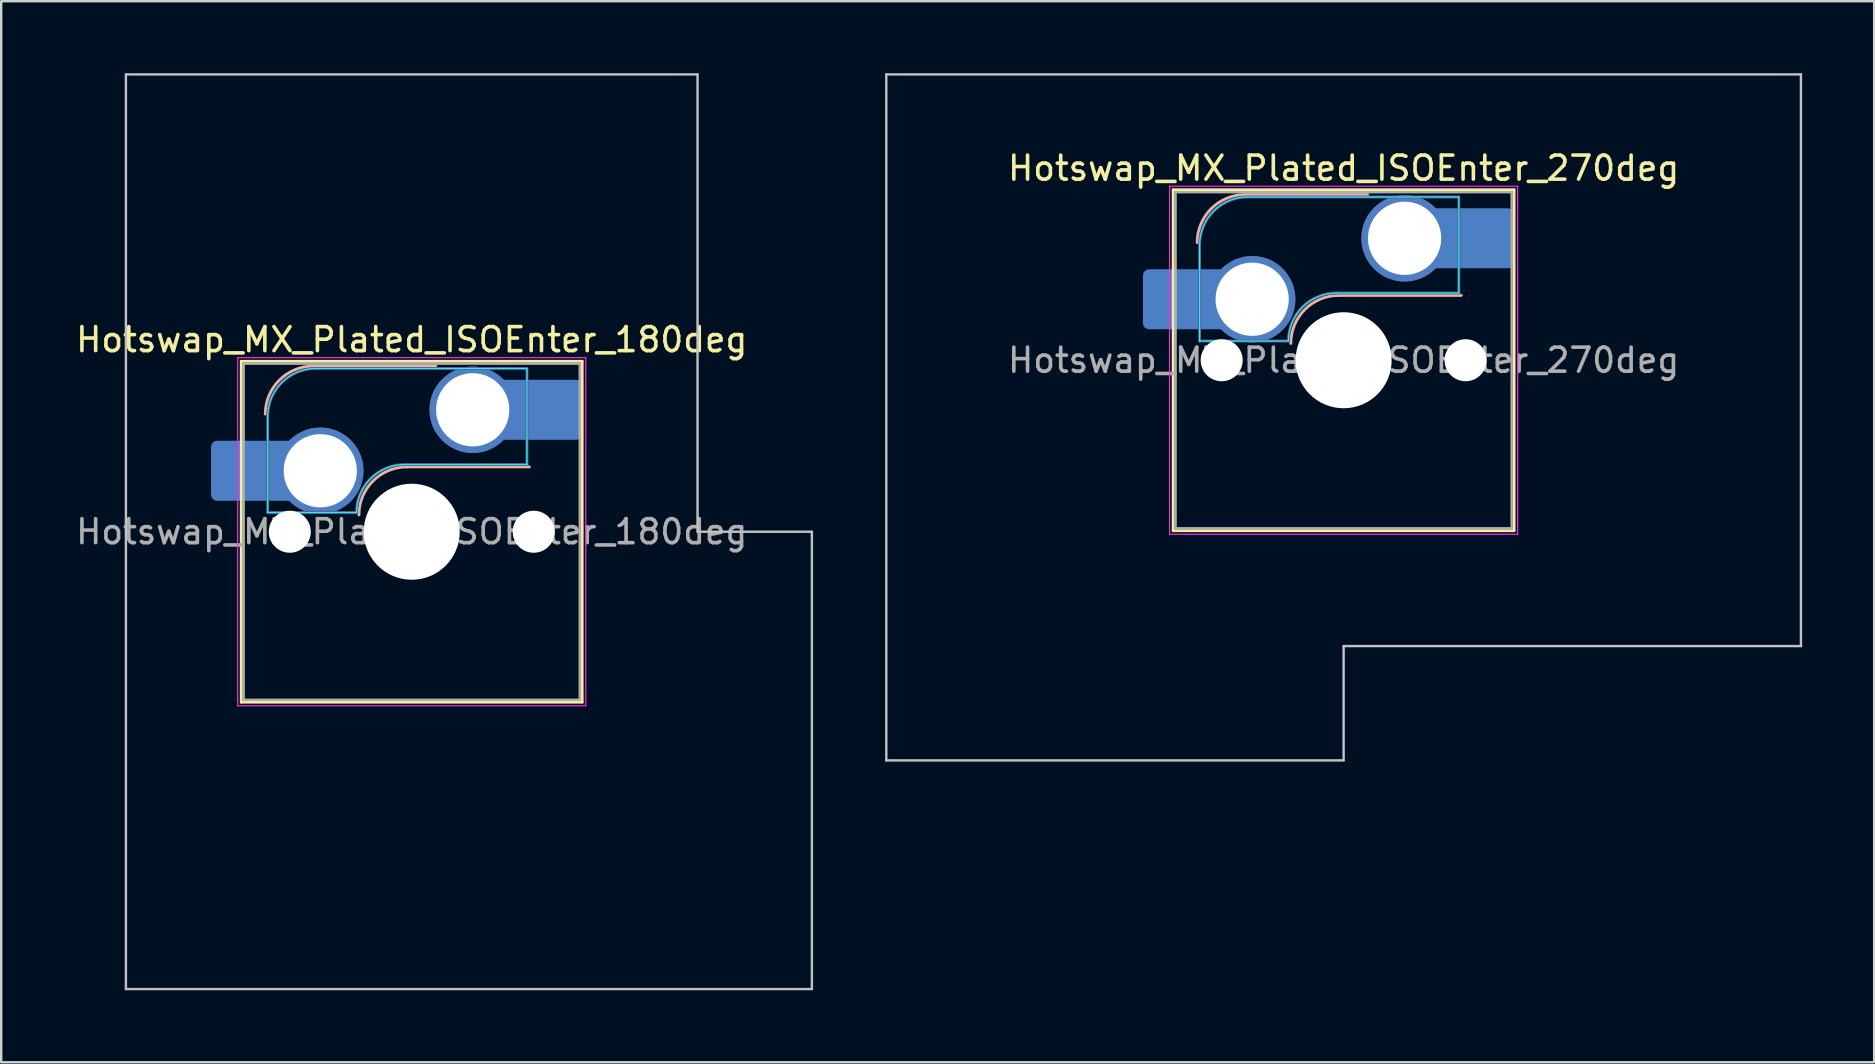
<source format=kicad_pcb>
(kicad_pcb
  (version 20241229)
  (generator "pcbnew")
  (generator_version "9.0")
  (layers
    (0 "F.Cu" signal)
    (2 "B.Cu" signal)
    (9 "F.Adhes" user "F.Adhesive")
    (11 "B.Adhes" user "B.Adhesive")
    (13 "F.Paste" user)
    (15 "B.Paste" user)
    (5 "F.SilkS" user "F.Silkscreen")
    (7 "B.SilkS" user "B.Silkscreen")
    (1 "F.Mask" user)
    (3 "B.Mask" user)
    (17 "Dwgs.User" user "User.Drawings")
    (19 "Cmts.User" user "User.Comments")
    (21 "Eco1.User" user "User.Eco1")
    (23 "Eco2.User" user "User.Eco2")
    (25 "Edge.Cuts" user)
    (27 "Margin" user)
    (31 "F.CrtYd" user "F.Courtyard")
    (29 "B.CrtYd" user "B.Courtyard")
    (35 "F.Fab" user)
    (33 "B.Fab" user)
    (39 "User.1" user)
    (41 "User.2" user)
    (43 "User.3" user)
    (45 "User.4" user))
  (footprint "Hotswap_MX_Plated_ISOEnter_180deg"
    (layer "F.Cu")
    (at 14.101 19.1)
    (property "Reference" "Hotswap_MX_Plated_ISOEnter_180deg" (at 0 -8 0) (layer "F.SilkS") (effects (font (size 1 1) (thickness 0.15))))
    (attr smd allow_soldermask_bridges)
    (fp_line (start -7.1 -7.1) (end -7.1 7.1) (stroke (width 0.12) (type solid)) (layer "F.SilkS"))
    (fp_line (start -7.1 7.1) (end 7.1 7.1) (stroke (width 0.12) (type solid)) (layer "F.SilkS"))
    (fp_line (start 7.1 -7.1) (end -7.1 -7.1) (stroke (width 0.12) (type solid)) (layer "F.SilkS"))
    (fp_line (start 7.1 7.1) (end 7.1 -7.1) (stroke (width 0.12) (type solid)) (layer "F.SilkS"))
    (fp_line (start -4.1 -6.9) (end 1 -6.9) (stroke (width 0.12) (type solid)) (layer "B.SilkS"))
    (fp_line (start -0.2 -2.7) (end 4.9 -2.7) (stroke (width 0.12) (type solid)) (layer "B.SilkS"))
    (fp_arc (start -6.1 -4.9) (mid -5.514214 -6.314214) (end -4.1 -6.9) (stroke (width 0.12) (type solid)) (layer "B.SilkS"))
    (fp_arc (start -2.2 -0.7) (mid -1.614214 -2.114214) (end -0.2 -2.7) (stroke (width 0.12) (type solid)) (layer "B.SilkS"))
    (fp_line (start -11.906 -19.05) (end -11.906 19.05) (stroke (width 0.1) (type solid)) (layer "Dwgs.User"))
    (fp_line (start -11.906 19.05) (end 16.669 19.05) (stroke (width 0.1) (type solid)) (layer "Dwgs.User"))
    (fp_line (start 11.906 -19.05) (end -11.906 -19.05) (stroke (width 0.1) (type solid)) (layer "Dwgs.User"))
    (fp_line (start 11.906 0) (end 11.906 -19.05) (stroke (width 0.1) (type solid)) (layer "Dwgs.User"))
    (fp_line (start 16.669 0) (end 11.906 0) (stroke (width 0.1) (type solid)) (layer "Dwgs.User"))
    (fp_line (start 16.669 19.05) (end 16.669 0) (stroke (width 0.1) (type solid)) (layer "Dwgs.User"))
    (fp_line (start -7.8 -6) (end -7 -6) (stroke (width 0.1) (type solid)) (layer "Eco1.User"))
    (fp_line (start -7.8 -2.9) (end -7.8 -6) (stroke (width 0.1) (type solid)) (layer "Eco1.User"))
    (fp_line (start -7.8 2.9) (end -7 2.9) (stroke (width 0.1) (type solid)) (layer "Eco1.User"))
    (fp_line (start -7.8 6) (end -7.8 2.9) (stroke (width 0.1) (type solid)) (layer "Eco1.User"))
    (fp_line (start -7 -7) (end 7 -7) (stroke (width 0.1) (type solid)) (layer "Eco1.User"))
    (fp_line (start -7 -6) (end -7 -7) (stroke (width 0.1) (type solid)) (layer "Eco1.User"))
    (fp_line (start -7 -2.9) (end -7.8 -2.9) (stroke (width 0.1) (type solid)) (layer "Eco1.User"))
    (fp_line (start -7 2.9) (end -7 -2.9) (stroke (width 0.1) (type solid)) (layer "Eco1.User"))
    (fp_line (start -7 6) (end -7.8 6) (stroke (width 0.1) (type solid)) (layer "Eco1.User"))
    (fp_line (start -7 7) (end -7 6) (stroke (width 0.1) (type solid)) (layer "Eco1.User"))
    (fp_line (start 7 -7) (end 7 -6) (stroke (width 0.1) (type solid)) (layer "Eco1.User"))
    (fp_line (start 7 -6) (end 7.8 -6) (stroke (width 0.1) (type solid)) (layer "Eco1.User"))
    (fp_line (start 7 -2.9) (end 7 2.9) (stroke (width 0.1) (type solid)) (layer "Eco1.User"))
    (fp_line (start 7 2.9) (end 7.8 2.9) (stroke (width 0.1) (type solid)) (layer "Eco1.User"))
    (fp_line (start 7 6) (end 7 7) (stroke (width 0.1) (type solid)) (layer "Eco1.User"))
    (fp_line (start 7 7) (end -7 7) (stroke (width 0.1) (type solid)) (layer "Eco1.User"))
    (fp_line (start 7.8 -6) (end 7.8 -2.9) (stroke (width 0.1) (type solid)) (layer "Eco1.User"))
    (fp_line (start 7.8 -2.9) (end 7 -2.9) (stroke (width 0.1) (type solid)) (layer "Eco1.User"))
    (fp_line (start 7.8 2.9) (end 7.8 6) (stroke (width 0.1) (type solid)) (layer "Eco1.User"))
    (fp_line (start 7.8 6) (end 7 6) (stroke (width 0.1) (type solid)) (layer "Eco1.User"))
    (fp_line (start -6 -0.8) (end -6 -4.8) (stroke (width 0.05) (type solid)) (layer "B.CrtYd"))
    (fp_line (start -6 -0.8) (end -2.3 -0.8) (stroke (width 0.05) (type solid)) (layer "B.CrtYd"))
    (fp_line (start -4 -6.8) (end 4.8 -6.8) (stroke (width 0.05) (type solid)) (layer "B.CrtYd"))
    (fp_line (start -0.3 -2.8) (end 4.8 -2.8) (stroke (width 0.05) (type solid)) (layer "B.CrtYd"))
    (fp_line (start 4.8 -6.8) (end 4.8 -2.8) (stroke (width 0.05) (type solid)) (layer "B.CrtYd"))
    (fp_arc (start -6 -4.8) (mid -5.414214 -6.214214) (end -4 -6.8) (stroke (width 0.05) (type solid)) (layer "B.CrtYd"))
    (fp_arc (start -2.3 -0.8) (mid -1.714214 -2.214214) (end -0.3 -2.8) (stroke (width 0.05) (type solid)) (layer "B.CrtYd"))
    (fp_line (start -7.25 -7.25) (end -7.25 7.25) (stroke (width 0.05) (type solid)) (layer "F.CrtYd"))
    (fp_line (start -7.25 7.25) (end 7.25 7.25) (stroke (width 0.05) (type solid)) (layer "F.CrtYd"))
    (fp_line (start 7.25 -7.25) (end -7.25 -7.25) (stroke (width 0.05) (type solid)) (layer "F.CrtYd"))
    (fp_line (start 7.25 7.25) (end 7.25 -7.25) (stroke (width 0.05) (type solid)) (layer "F.CrtYd"))
    (fp_line (start -6 -0.8) (end -6 -4.8) (stroke (width 0.12) (type solid)) (layer "B.Fab"))
    (fp_line (start -6 -0.8) (end -2.3 -0.8) (stroke (width 0.12) (type solid)) (layer "B.Fab"))
    (fp_line (start -4 -6.8) (end 4.8 -6.8) (stroke (width 0.12) (type solid)) (layer "B.Fab"))
    (fp_line (start -0.3 -2.8) (end 4.8 -2.8) (stroke (width 0.12) (type solid)) (layer "B.Fab"))
    (fp_line (start 4.8 -6.8) (end 4.8 -2.8) (stroke (width 0.12) (type solid)) (layer "B.Fab"))
    (fp_arc (start -6 -4.8) (mid -5.414214 -6.214214) (end -4 -6.8) (stroke (width 0.12) (type solid)) (layer "B.Fab"))
    (fp_arc (start -2.3 -0.8) (mid -1.714214 -2.214214) (end -0.3 -2.8) (stroke (width 0.12) (type solid)) (layer "B.Fab"))
    (fp_line (start -7 -7) (end -7 7) (stroke (width 0.1) (type solid)) (layer "F.Fab"))
    (fp_line (start -7 7) (end 7 7) (stroke (width 0.1) (type solid)) (layer "F.Fab"))
    (fp_line (start 7 -7) (end -7 -7) (stroke (width 0.1) (type solid)) (layer "F.Fab"))
    (fp_line (start 7 7) (end 7 -7) (stroke (width 0.1) (type solid)) (layer "F.Fab"))
    (fp_text user "${REFERENCE}" (at 0 0 0) (layer "F.Fab") (effects (font (size 1 1) (thickness 0.15))))
    (pad "" smd roundrect (at -7.085 -2.54) (size 2.55 2.5) (layers "B.Mask" "B.Paste") (roundrect_rratio 0.1))
    (pad "" np_thru_hole circle (at -5.08 0) (size 1.75 1.75) (drill 1.75) (layers "*.Cu" "*.Mask"))
    (pad "" np_thru_hole circle (at 0 0) (size 4 4) (drill 4) (layers "*.Cu" "*.Mask"))
    (pad "" np_thru_hole circle (at 5.08 0) (size 1.75 1.75) (drill 1.75) (layers "*.Cu" "*.Mask"))
    (pad "" smd roundrect (at 5.842 -5.08) (size 2.55 2.5) (layers "B.Mask" "B.Paste") (roundrect_rratio 0.1))
    (pad "1" smd roundrect (at -6.585 -2.54) (size 3.55 2.5) (layers "B.Cu") (roundrect_rratio 0.1))
    (pad "1" thru_hole circle (at -3.81 -2.54) (size 3.6 3.6) (drill 3.05) (layers "*.Cu" "*.Mask"))
    (pad "2" thru_hole circle (at 2.54 -5.08) (size 3.6 3.6) (drill 3.05) (layers "*.Cu" "*.Mask"))
    (pad "2" smd roundrect (at 5.32 -5.08) (size 3.55 2.5) (layers "B.Cu") (roundrect_rratio 0.1)))
  (footprint "Hotswap_MX_Plated_ISOEnter_270deg"
    (layer "F.Cu")
    (at 52.92 11.956)
    (property "Reference" "Hotswap_MX_Plated_ISOEnter_270deg" (at 0 -8 0) (layer "F.SilkS") (effects (font (size 1 1) (thickness 0.15))))
    (attr smd allow_soldermask_bridges)
    (fp_line (start -7.1 -7.1) (end -7.1 7.1) (stroke (width 0.12) (type solid)) (layer "F.SilkS"))
    (fp_line (start -7.1 7.1) (end 7.1 7.1) (stroke (width 0.12) (type solid)) (layer "F.SilkS"))
    (fp_line (start 7.1 -7.1) (end -7.1 -7.1) (stroke (width 0.12) (type solid)) (layer "F.SilkS"))
    (fp_line (start 7.1 7.1) (end 7.1 -7.1) (stroke (width 0.12) (type solid)) (layer "F.SilkS"))
    (fp_line (start -4.1 -6.9) (end 1 -6.9) (stroke (width 0.12) (type solid)) (layer "B.SilkS"))
    (fp_line (start -0.2 -2.7) (end 4.9 -2.7) (stroke (width 0.12) (type solid)) (layer "B.SilkS"))
    (fp_arc (start -6.1 -4.9) (mid -5.514214 -6.314214) (end -4.1 -6.9) (stroke (width 0.12) (type solid)) (layer "B.SilkS"))
    (fp_arc (start -2.2 -0.7) (mid -1.614214 -2.114214) (end -0.2 -2.7) (stroke (width 0.12) (type solid)) (layer "B.SilkS"))
    (fp_line (start -19.05 -11.906) (end -19.05 16.669) (stroke (width 0.1) (type solid)) (layer "Dwgs.User"))
    (fp_line (start -19.05 16.669) (end 0 16.669) (stroke (width 0.1) (type solid)) (layer "Dwgs.User"))
    (fp_line (start 0 11.906) (end 19.05 11.906) (stroke (width 0.1) (type solid)) (layer "Dwgs.User"))
    (fp_line (start 0 16.669) (end 0 11.906) (stroke (width 0.1) (type solid)) (layer "Dwgs.User"))
    (fp_line (start 19.05 -11.906) (end -19.05 -11.906) (stroke (width 0.1) (type solid)) (layer "Dwgs.User"))
    (fp_line (start 19.05 11.906) (end 19.05 -11.906) (stroke (width 0.1) (type solid)) (layer "Dwgs.User"))
    (fp_line (start -7.8 -6) (end -7 -6) (stroke (width 0.1) (type solid)) (layer "Eco1.User"))
    (fp_line (start -7.8 -2.9) (end -7.8 -6) (stroke (width 0.1) (type solid)) (layer "Eco1.User"))
    (fp_line (start -7.8 2.9) (end -7 2.9) (stroke (width 0.1) (type solid)) (layer "Eco1.User"))
    (fp_line (start -7.8 6) (end -7.8 2.9) (stroke (width 0.1) (type solid)) (layer "Eco1.User"))
    (fp_line (start -7 -7) (end 7 -7) (stroke (width 0.1) (type solid)) (layer "Eco1.User"))
    (fp_line (start -7 -6) (end -7 -7) (stroke (width 0.1) (type solid)) (layer "Eco1.User"))
    (fp_line (start -7 -2.9) (end -7.8 -2.9) (stroke (width 0.1) (type solid)) (layer "Eco1.User"))
    (fp_line (start -7 2.9) (end -7 -2.9) (stroke (width 0.1) (type solid)) (layer "Eco1.User"))
    (fp_line (start -7 6) (end -7.8 6) (stroke (width 0.1) (type solid)) (layer "Eco1.User"))
    (fp_line (start -7 7) (end -7 6) (stroke (width 0.1) (type solid)) (layer "Eco1.User"))
    (fp_line (start 7 -7) (end 7 -6) (stroke (width 0.1) (type solid)) (layer "Eco1.User"))
    (fp_line (start 7 -6) (end 7.8 -6) (stroke (width 0.1) (type solid)) (layer "Eco1.User"))
    (fp_line (start 7 -2.9) (end 7 2.9) (stroke (width 0.1) (type solid)) (layer "Eco1.User"))
    (fp_line (start 7 2.9) (end 7.8 2.9) (stroke (width 0.1) (type solid)) (layer "Eco1.User"))
    (fp_line (start 7 6) (end 7 7) (stroke (width 0.1) (type solid)) (layer "Eco1.User"))
    (fp_line (start 7 7) (end -7 7) (stroke (width 0.1) (type solid)) (layer "Eco1.User"))
    (fp_line (start 7.8 -6) (end 7.8 -2.9) (stroke (width 0.1) (type solid)) (layer "Eco1.User"))
    (fp_line (start 7.8 -2.9) (end 7 -2.9) (stroke (width 0.1) (type solid)) (layer "Eco1.User"))
    (fp_line (start 7.8 2.9) (end 7.8 6) (stroke (width 0.1) (type solid)) (layer "Eco1.User"))
    (fp_line (start 7.8 6) (end 7 6) (stroke (width 0.1) (type solid)) (layer "Eco1.User"))
    (fp_line (start -6 -0.8) (end -6 -4.8) (stroke (width 0.05) (type solid)) (layer "B.CrtYd"))
    (fp_line (start -6 -0.8) (end -2.3 -0.8) (stroke (width 0.05) (type solid)) (layer "B.CrtYd"))
    (fp_line (start -4 -6.8) (end 4.8 -6.8) (stroke (width 0.05) (type solid)) (layer "B.CrtYd"))
    (fp_line (start -0.3 -2.8) (end 4.8 -2.8) (stroke (width 0.05) (type solid)) (layer "B.CrtYd"))
    (fp_line (start 4.8 -6.8) (end 4.8 -2.8) (stroke (width 0.05) (type solid)) (layer "B.CrtYd"))
    (fp_arc (start -6 -4.8) (mid -5.414214 -6.214214) (end -4 -6.8) (stroke (width 0.05) (type solid)) (layer "B.CrtYd"))
    (fp_arc (start -2.3 -0.8) (mid -1.714214 -2.214214) (end -0.3 -2.8) (stroke (width 0.05) (type solid)) (layer "B.CrtYd"))
    (fp_line (start -7.25 -7.25) (end -7.25 7.25) (stroke (width 0.05) (type solid)) (layer "F.CrtYd"))
    (fp_line (start -7.25 7.25) (end 7.25 7.25) (stroke (width 0.05) (type solid)) (layer "F.CrtYd"))
    (fp_line (start 7.25 -7.25) (end -7.25 -7.25) (stroke (width 0.05) (type solid)) (layer "F.CrtYd"))
    (fp_line (start 7.25 7.25) (end 7.25 -7.25) (stroke (width 0.05) (type solid)) (layer "F.CrtYd"))
    (fp_line (start -6 -0.8) (end -6 -4.8) (stroke (width 0.12) (type solid)) (layer "B.Fab"))
    (fp_line (start -6 -0.8) (end -2.3 -0.8) (stroke (width 0.12) (type solid)) (layer "B.Fab"))
    (fp_line (start -4 -6.8) (end 4.8 -6.8) (stroke (width 0.12) (type solid)) (layer "B.Fab"))
    (fp_line (start -0.3 -2.8) (end 4.8 -2.8) (stroke (width 0.12) (type solid)) (layer "B.Fab"))
    (fp_line (start 4.8 -6.8) (end 4.8 -2.8) (stroke (width 0.12) (type solid)) (layer "B.Fab"))
    (fp_arc (start -6 -4.8) (mid -5.414214 -6.214214) (end -4 -6.8) (stroke (width 0.12) (type solid)) (layer "B.Fab"))
    (fp_arc (start -2.3 -0.8) (mid -1.714214 -2.214214) (end -0.3 -2.8) (stroke (width 0.12) (type solid)) (layer "B.Fab"))
    (fp_line (start -7 -7) (end -7 7) (stroke (width 0.1) (type solid)) (layer "F.Fab"))
    (fp_line (start -7 7) (end 7 7) (stroke (width 0.1) (type solid)) (layer "F.Fab"))
    (fp_line (start 7 -7) (end -7 -7) (stroke (width 0.1) (type solid)) (layer "F.Fab"))
    (fp_line (start 7 7) (end 7 -7) (stroke (width 0.1) (type solid)) (layer "F.Fab"))
    (fp_text user "${REFERENCE}" (at 0 0 0) (layer "F.Fab") (effects (font (size 1 1) (thickness 0.15))))
    (pad "" smd roundrect (at -7.085 -2.54) (size 2.55 2.5) (layers "B.Mask" "B.Paste") (roundrect_rratio 0.1))
    (pad "" np_thru_hole circle (at -5.08 0) (size 1.75 1.75) (drill 1.75) (layers "*.Cu" "*.Mask"))
    (pad "" np_thru_hole circle (at 0 0) (size 4 4) (drill 4) (layers "*.Cu" "*.Mask"))
    (pad "" np_thru_hole circle (at 5.08 0) (size 1.75 1.75) (drill 1.75) (layers "*.Cu" "*.Mask"))
    (pad "" smd roundrect (at 5.842 -5.08) (size 2.55 2.5) (layers "B.Mask" "B.Paste") (roundrect_rratio 0.1))
    (pad "1" smd roundrect (at -6.585 -2.54) (size 3.55 2.5) (layers "B.Cu") (roundrect_rratio 0.1))
    (pad "1" thru_hole circle (at -3.81 -2.54) (size 3.6 3.6) (drill 3.05) (layers "*.Cu" "*.Mask"))
    (pad "2" thru_hole circle (at 2.54 -5.08) (size 3.6 3.6) (drill 3.05) (layers "*.Cu" "*.Mask"))
    (pad "2" smd roundrect (at 5.32 -5.08) (size 3.55 2.5) (layers "B.Cu") (roundrect_rratio 0.1)))
  (gr_rect
    (start -3 -3)
    (end 75.02 41.2)
    (stroke (width 0.1) (type default))
    (fill no)
    (layer "Edge.Cuts")))
</source>
